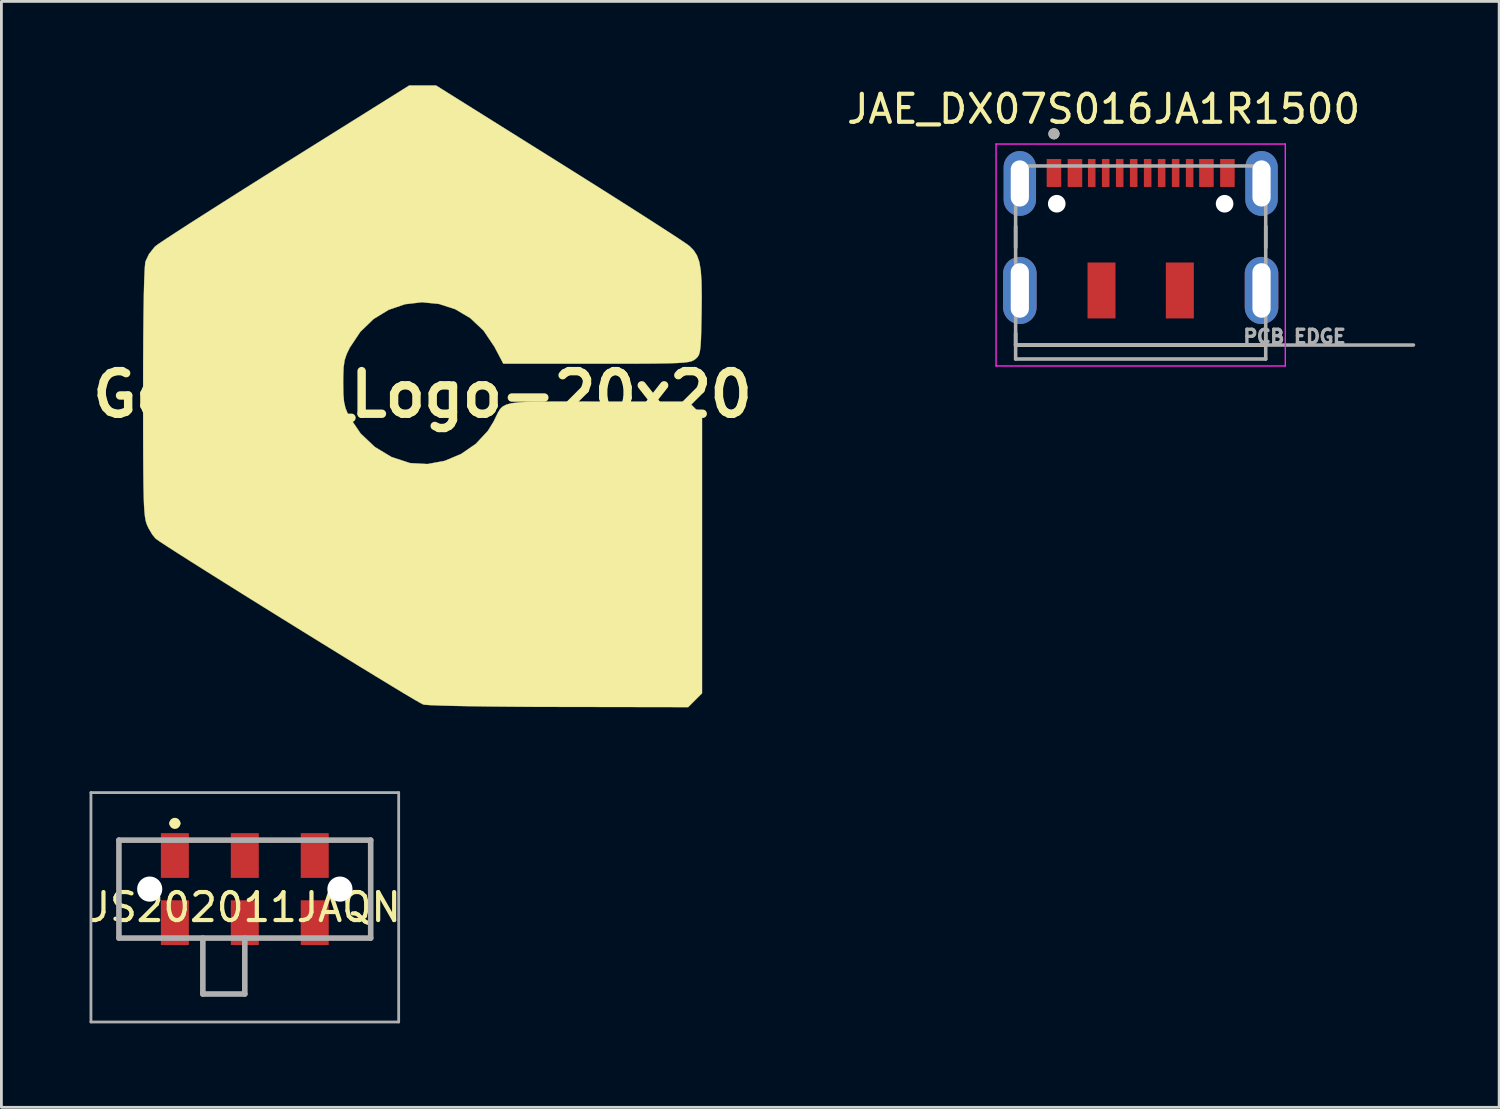
<source format=kicad_pcb>
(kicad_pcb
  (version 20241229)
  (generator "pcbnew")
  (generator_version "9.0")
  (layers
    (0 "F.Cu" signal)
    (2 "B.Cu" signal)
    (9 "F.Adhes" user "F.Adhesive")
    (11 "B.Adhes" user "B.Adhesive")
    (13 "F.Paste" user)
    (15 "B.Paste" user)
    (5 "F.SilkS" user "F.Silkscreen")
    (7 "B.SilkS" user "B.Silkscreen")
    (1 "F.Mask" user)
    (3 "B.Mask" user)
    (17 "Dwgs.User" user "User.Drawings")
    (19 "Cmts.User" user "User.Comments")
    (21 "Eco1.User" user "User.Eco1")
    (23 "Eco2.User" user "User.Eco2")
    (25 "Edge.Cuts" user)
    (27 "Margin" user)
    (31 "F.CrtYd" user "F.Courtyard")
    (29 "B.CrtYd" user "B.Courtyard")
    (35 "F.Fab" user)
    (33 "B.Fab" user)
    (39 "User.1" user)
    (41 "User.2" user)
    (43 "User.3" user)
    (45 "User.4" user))
  (footprint "JAE_DX07S016JA1R1500"
    (layer "F.Cu")
    (at 37.725 4.233)
    (property "Reference" "JAE_DX07S016JA1R1500" (at -1.325 -3.385 0) (layer "F.SilkS") (effects (font (size 1 1) (thickness 0.15))))
    (attr smd)
    (fp_line (start -4.47 0.805) (end -4.47 1.57) (stroke (width 0.127) (type solid)) (layer "F.SilkS"))
    (fp_line (start -4.47 5.05) (end -4.47 4.63) (stroke (width 0.127) (type solid)) (layer "F.SilkS"))
    (fp_line (start 4.47 0.805) (end 4.47 1.57) (stroke (width 0.127) (type solid)) (layer "F.SilkS"))
    (fp_line (start 4.47 4.63) (end 4.47 5.05) (stroke (width 0.127) (type solid)) (layer "F.SilkS"))
    (fp_line (start 4.47 5.05) (end -4.47 5.05) (stroke (width 0.127) (type solid)) (layer "F.SilkS"))
    (fp_circle (center -3.1 -2.5) (end -3 -2.5) (stroke (width 0.2) (type solid)) (fill no) (layer "F.SilkS"))
    (fp_line (start -5.17 -2.135) (end 5.17 -2.135) (stroke (width 0.05) (type solid)) (layer "F.CrtYd"))
    (fp_line (start -5.17 5.8) (end -5.17 -2.135) (stroke (width 0.05) (type solid)) (layer "F.CrtYd"))
    (fp_line (start 5.17 -2.135) (end 5.17 5.8) (stroke (width 0.05) (type solid)) (layer "F.CrtYd"))
    (fp_line (start 5.17 5.8) (end -5.17 5.8) (stroke (width 0.05) (type solid)) (layer "F.CrtYd"))
    (fp_line (start -4.47 -1.35) (end 4.47 -1.35) (stroke (width 0.127) (type solid)) (layer "F.Fab"))
    (fp_line (start -4.47 5.05) (end -4.47 -1.35) (stroke (width 0.127) (type solid)) (layer "F.Fab"))
    (fp_line (start -4.47 5.55) (end -4.47 5.05) (stroke (width 0.127) (type solid)) (layer "F.Fab"))
    (fp_line (start 4.47 -1.35) (end 4.47 5.05) (stroke (width 0.127) (type solid)) (layer "F.Fab"))
    (fp_line (start 4.47 5.05) (end -4.47 5.05) (stroke (width 0.127) (type solid)) (layer "F.Fab"))
    (fp_line (start 4.47 5.05) (end 4.47 5.55) (stroke (width 0.127) (type solid)) (layer "F.Fab"))
    (fp_line (start 4.47 5.05) (end 9.75 5.05) (stroke (width 0.127) (type solid)) (layer "F.Fab"))
    (fp_line (start 4.47 5.55) (end -4.47 5.55) (stroke (width 0.127) (type solid)) (layer "F.Fab"))
    (fp_circle (center -3.1 -2.5) (end -3 -2.5) (stroke (width 0.2) (type solid)) (fill no) (layer "F.Fab"))
    (fp_text user "PCB EDGE" (at 5.5 4.75 0) (layer "F.Fab") (effects (font (size 0.48 0.48) (thickness 0.15))))
    (pad "" np_thru_hole circle (at -3 0) (size 0.63 0.63) (drill 0.63) (layers "*.Cu" "*.Mask"))
    (pad "" np_thru_hole circle (at 3 0) (size 0.63 0.63) (drill 0.63) (layers "*.Cu" "*.Mask"))
    (pad "1" smd rect (at -3.1 -1.1) (size 0.52 1) (layers "F.Cu" "F.Mask" "F.Paste"))
    (pad "2" smd rect (at -2.35 -1.1) (size 0.52 1) (layers "F.Cu" "F.Mask" "F.Paste"))
    (pad "3" smd rect (at -1.75 -1.1) (size 0.27 1) (layers "F.Cu" "F.Mask" "F.Paste"))
    (pad "4" smd rect (at -1.25 -1.1) (size 0.27 1) (layers "F.Cu" "F.Mask" "F.Paste"))
    (pad "5" smd rect (at -0.75 -1.1) (size 0.27 1) (layers "F.Cu" "F.Mask" "F.Paste"))
    (pad "6" smd rect (at -0.25 -1.1) (size 0.27 1) (layers "F.Cu" "F.Mask" "F.Paste"))
    (pad "7" smd rect (at 0.25 -1.1) (size 0.27 1) (layers "F.Cu" "F.Mask" "F.Paste"))
    (pad "8" smd rect (at 0.75 -1.1) (size 0.27 1) (layers "F.Cu" "F.Mask" "F.Paste"))
    (pad "9" smd rect (at 1.25 -1.1) (size 0.27 1) (layers "F.Cu" "F.Mask" "F.Paste"))
    (pad "10" smd rect (at 1.75 -1.1) (size 0.27 1) (layers "F.Cu" "F.Mask" "F.Paste"))
    (pad "11" smd rect (at 2.35 -1.1) (size 0.52 1) (layers "F.Cu" "F.Mask" "F.Paste"))
    (pad "12" smd rect (at 3.1 -1.1) (size 0.52 1) (layers "F.Cu" "F.Mask" "F.Paste"))
    (pad "S1" smd rect (at -1.4 3.1) (size 1 2) (layers "F.Cu" "F.Mask" "F.Paste"))
    (pad "S2" smd rect (at 1.4 3.1) (size 1 2) (layers "F.Cu" "F.Mask" "F.Paste"))
    (pad "S3" thru_hole oval (at -4.32 -0.725) (size 1.158 2.316) (drill oval 0.65 1.65) (layers "*.Cu" "*.Mask"))
    (pad "S4" thru_hole oval (at 4.32 -0.725) (size 1.158 2.316) (drill oval 0.65 1.65) (layers "*.Cu" "*.Mask"))
    (pad "S5" thru_hole oval (at -4.32 3.1) (size 1.2 2.4) (drill oval 0.65 1.95) (layers "*.Cu" "*.Mask"))
    (pad "S6" thru_hole oval (at 4.32 3.1) (size 1.2 2.4) (drill oval 0.65 1.95) (layers "*.Cu" "*.Mask")))
  (footprint "Golioth_Logo-20x20"
    (layer "F.Cu")
    (at 12.054 11.051)
    (property "Reference" "Golioth_Logo-20x20" (at 0 0 0) (layer "F.SilkS") (effects (font (size 1.524 1.524) (thickness 0.3))))
    (attr through_hole)
    (fp_poly (pts (xy 4.875 -8.296) (xy 5.665 -7.8) (xy 6.418 -7.326) (xy 7.121 -6.881) (xy 7.761 -6.473) (xy 8.324 -6.112) (xy 8.797 -5.807) (xy 9.167 -5.565) (xy 9.42 -5.395) (xy 9.543 -5.306) (xy 9.544 -5.305) (xy 9.696 -5.15) (xy 9.811 -4.969) (xy 9.893 -4.739) (xy 9.945 -4.435) (xy 9.973 -4.032) (xy 9.981 -3.507) (xy 9.975 -2.906) (xy 9.964 -2.371) (xy 9.953 -1.98) (xy 9.936 -1.706) (xy 9.911 -1.524) (xy 9.875 -1.407) (xy 9.822 -1.329) (xy 9.751 -1.264) (xy 9.748 -1.262) (xy 9.69 -1.222) (xy 9.616 -1.188) (xy 9.508 -1.162) (xy 9.35 -1.141) (xy 9.127 -1.126) (xy 8.821 -1.115) (xy 8.415 -1.108) (xy 7.894 -1.103) (xy 7.241 -1.101) (xy 6.439 -1.101) (xy 6.218 -1.101) (xy 2.888 -1.101) (xy 2.571 -1.704) (xy 2.182 -2.282) (xy 1.707 -2.73) (xy 1.167 -3.049) (xy 0.583 -3.237) (xy -0.022 -3.297) (xy -0.627 -3.226) (xy -1.21 -3.027) (xy -1.75 -2.698) (xy -2.224 -2.24) (xy -2.6 -1.675) (xy -2.714 -1.44) (xy -2.784 -1.228) (xy -2.821 -0.983) (xy -2.834 -0.651) (xy -2.836 -0.423) (xy -2.83 -0.023) (xy -2.806 0.262) (xy -2.755 0.485) (xy -2.666 0.7) (xy -2.609 0.812) (xy -2.213 1.395) (xy -1.705 1.876) (xy -1.113 2.234) (xy -0.466 2.447) (xy -0.437 2.453) (xy 0.177 2.487) (xy 0.794 2.372) (xy 1.382 2.125) (xy 1.907 1.762) (xy 2.337 1.299) (xy 2.549 0.953) (xy 2.633 0.777) (xy 2.703 0.634) (xy 2.775 0.519) (xy 2.867 0.429) (xy 2.994 0.363) (xy 3.175 0.315) (xy 3.425 0.283) (xy 3.762 0.264) (xy 4.202 0.255) (xy 4.762 0.253) (xy 5.459 0.253) (xy 6.243 0.254) (xy 9.496 0.254) (xy 9.743 0.501) (xy 9.991 0.749) (xy 9.991 10.681) (xy 9.743 10.929) (xy 9.496 11.176) (xy 4.896 11.168) (xy 4.021 11.166) (xy 3.19 11.16) (xy 2.421 11.153) (xy 1.73 11.143) (xy 1.134 11.132) (xy 0.648 11.119) (xy 0.29 11.105) (xy 0.077 11.091) (xy 0.029 11.083) (xy -0.077 11.029) (xy -0.311 10.894) (xy -0.659 10.688) (xy -1.105 10.418) (xy -1.635 10.096) (xy -2.235 9.73) (xy -2.888 9.329) (xy -3.581 8.902) (xy -4.298 8.459) (xy -5.024 8.009) (xy -5.745 7.561) (xy -6.446 7.124) (xy -7.111 6.708) (xy -7.727 6.321) (xy -8.277 5.974) (xy -8.748 5.675) (xy -9.124 5.433) (xy -9.391 5.258) (xy -9.533 5.158) (xy -9.541 5.152) (xy -9.662 5.005) (xy -9.796 4.776) (xy -9.833 4.699) (xy -9.867 4.614) (xy -9.896 4.512) (xy -9.92 4.38) (xy -9.939 4.201) (xy -9.955 3.963) (xy -9.966 3.65) (xy -9.975 3.248) (xy -9.981 2.741) (xy -9.985 2.117) (xy -9.987 1.359) (xy -9.988 0.453) (xy -9.988 -0.042) (xy -9.987 -1.082) (xy -9.982 -2.012) (xy -9.974 -2.822) (xy -9.963 -3.505) (xy -9.95 -4.051) (xy -9.933 -4.45) (xy -9.914 -4.694) (xy -9.903 -4.756) (xy -9.78 -5.016) (xy -9.586 -5.264) (xy -9.542 -5.306) (xy -9.422 -5.393) (xy -9.171 -5.561) (xy -8.804 -5.801) (xy -8.333 -6.106) (xy -7.771 -6.465) (xy -7.132 -6.871) (xy -6.43 -7.316) (xy -5.678 -7.79) (xy -4.888 -8.285) (xy -4.87 -8.296) (xy -0.474 -11.046) (xy 0.482 -11.046) (xy 4.875 -8.296)) (stroke (width 0.01) (type solid)) (fill yes) (layer "F.SilkS")))
  (footprint "JS202011JAQN"
    (layer "F.Cu")
    (at 5.701 28.732)
    (property "Reference" "JS202011JAQN" (at 0 0.651 0) (layer "F.SilkS") (effects (font (size 1.001 1.001) (thickness 0.15))))
    (attr smd)
    (fp_line (start -4.5 -1.75) (end -4.5 1.75) (stroke (width 0.1) (type solid)) (layer "F.SilkS"))
    (fp_line (start -4.5 1.75) (end -3.5 1.75) (stroke (width 0.1) (type solid)) (layer "F.SilkS"))
    (fp_line (start -3.5 -1.75) (end -4.5 -1.75) (stroke (width 0.1) (type solid)) (layer "F.SilkS"))
    (fp_line (start -1.5 1.75) (end -1.5 3.75) (stroke (width 0.1) (type solid)) (layer "F.SilkS"))
    (fp_line (start -1.5 3.75) (end 0 3.75) (stroke (width 0.1) (type solid)) (layer "F.SilkS"))
    (fp_line (start 0 3.75) (end 0 2.25) (stroke (width 0.1) (type solid)) (layer "F.SilkS"))
    (fp_line (start 3.5 -1.75) (end 4.5 -1.75) (stroke (width 0.1) (type solid)) (layer "F.SilkS"))
    (fp_line (start 4.5 -1.75) (end 4.5 1.75) (stroke (width 0.1) (type solid)) (layer "F.SilkS"))
    (fp_line (start 4.5 1.75) (end 3.5 1.75) (stroke (width 0.1) (type solid)) (layer "F.SilkS"))
    (fp_arc (start -2.6 -2.35) (mid -2.5 -2.45) (end -2.4 -2.35) (stroke (width 0.2) (type solid)) (layer "F.SilkS"))
    (fp_arc (start -2.4 -2.35) (mid -2.5 -2.25) (end -2.6 -2.35) (stroke (width 0.2) (type solid)) (layer "F.SilkS"))
    (fp_line (start -5.5 -3.45) (end 5.5 -3.45) (stroke (width 0.1) (type solid)) (layer "F.Fab"))
    (fp_line (start -5.5 4.75) (end -5.5 -3.45) (stroke (width 0.1) (type solid)) (layer "F.Fab"))
    (fp_line (start -4.5 -1.75) (end 4.5 -1.75) (stroke (width 0.2) (type solid)) (layer "F.Fab"))
    (fp_line (start -4.5 1.75) (end -4.5 -1.75) (stroke (width 0.2) (type solid)) (layer "F.Fab"))
    (fp_line (start -1.5 3.75) (end -1.5 1.75) (stroke (width 0.2) (type solid)) (layer "F.Fab"))
    (fp_line (start 0 1.75) (end 0 3.75) (stroke (width 0.2) (type solid)) (layer "F.Fab"))
    (fp_line (start 0 3.75) (end -1.5 3.75) (stroke (width 0.2) (type solid)) (layer "F.Fab"))
    (fp_line (start 4.5 -1.75) (end 4.5 1.75) (stroke (width 0.2) (type solid)) (layer "F.Fab"))
    (fp_line (start 4.5 1.75) (end -4.5 1.75) (stroke (width 0.2) (type solid)) (layer "F.Fab"))
    (fp_line (start 5.5 -3.45) (end 5.5 4.75) (stroke (width 0.1) (type solid)) (layer "F.Fab"))
    (fp_line (start 5.5 4.75) (end -5.5 4.75) (stroke (width 0.1) (type solid)) (layer "F.Fab"))
    (pad "" np_thru_hole circle (at -3.4 0) (size 0.9 0.9) (drill 0.9) (layers "*.Cu" "*.Mask"))
    (pad "" np_thru_hole circle (at 3.4 0) (size 0.9 0.9) (drill 0.9) (layers "*.Cu" "*.Mask"))
    (pad "1" smd rect (at -2.5 -1.2 90) (size 1.6 1) (layers "F.Cu" "F.Mask" "F.Paste"))
    (pad "2" smd rect (at 0 -1.2 90) (size 1.6 1) (layers "F.Cu" "F.Mask" "F.Paste"))
    (pad "3" smd rect (at 2.5 -1.2 90) (size 1.6 1) (layers "F.Cu" "F.Mask" "F.Paste"))
    (pad "4" smd rect (at -2.5 1.2 90) (size 1.6 1) (layers "F.Cu" "F.Mask" "F.Paste"))
    (pad "5" smd rect (at 0 1.2 90) (size 1.6 1) (layers "F.Cu" "F.Mask" "F.Paste"))
    (pad "6" smd rect (at 2.5 1.2 90) (size 1.6 1) (layers "F.Cu" "F.Mask" "F.Paste")))
  (gr_rect
    (start -3 -3)
    (end 50.539 36.532)
    (stroke (width 0.1) (type default))
    (fill no)
    (layer "Edge.Cuts")))
</source>
